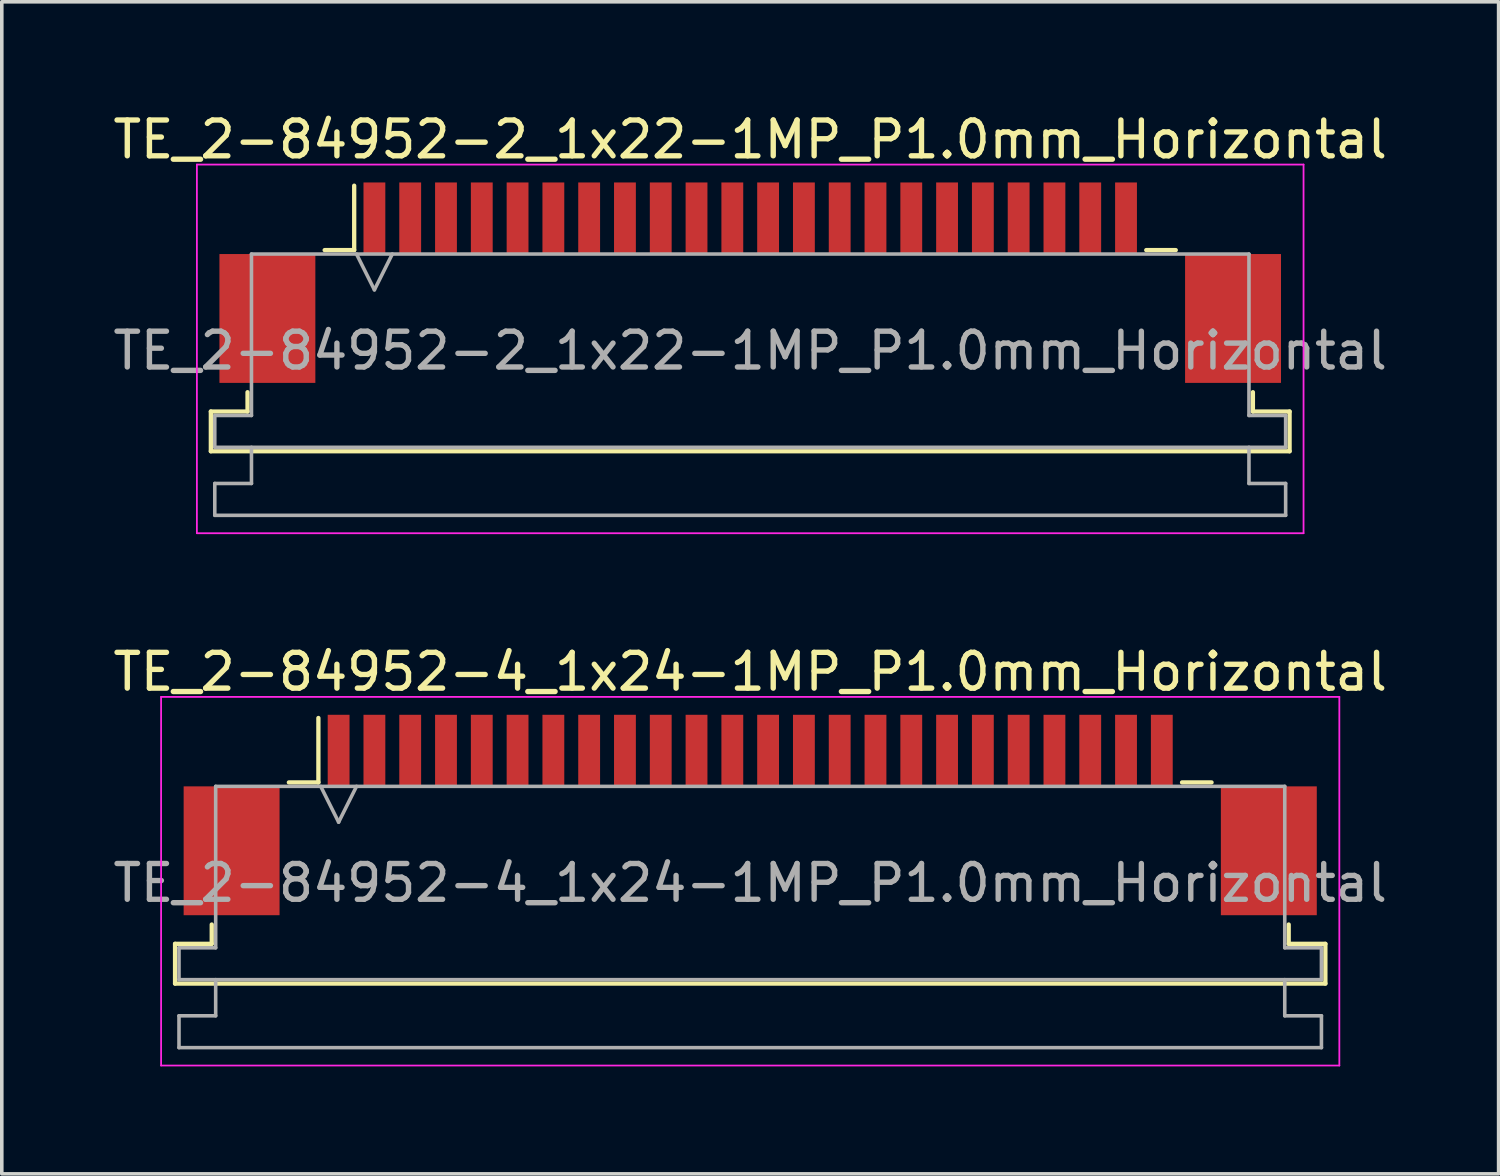
<source format=kicad_pcb>
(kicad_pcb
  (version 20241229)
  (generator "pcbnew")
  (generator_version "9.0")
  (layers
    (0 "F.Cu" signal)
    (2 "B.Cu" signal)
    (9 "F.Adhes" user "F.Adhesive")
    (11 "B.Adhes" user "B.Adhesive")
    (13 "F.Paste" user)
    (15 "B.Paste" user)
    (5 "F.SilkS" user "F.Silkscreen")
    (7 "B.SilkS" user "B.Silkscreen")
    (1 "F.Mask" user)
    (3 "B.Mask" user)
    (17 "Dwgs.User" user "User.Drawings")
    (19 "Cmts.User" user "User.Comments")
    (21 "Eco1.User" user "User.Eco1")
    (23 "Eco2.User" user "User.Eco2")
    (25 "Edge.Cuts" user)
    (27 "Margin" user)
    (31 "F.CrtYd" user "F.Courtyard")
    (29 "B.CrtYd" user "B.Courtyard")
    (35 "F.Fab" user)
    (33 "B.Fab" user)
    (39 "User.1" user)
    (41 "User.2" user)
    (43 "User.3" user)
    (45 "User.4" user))
  (footprint "TE_2-84952-2_1x22-1MP_P1.0mm_Horizontal"
    (layer "F.Cu")
    (at 17.911 4.848)
    (property "Reference" "TE_2-84952-2_1x22-1MP_P1.0mm_Horizontal" (at 0 -4 0) (layer "F.SilkS") (effects (font (size 1 1) (thickness 0.15))))
    (attr smd)
    (fp_line (start -15.07 3.6) (end -14.045 3.6) (stroke (width 0.12) (type solid)) (layer "F.SilkS"))
    (fp_line (start -15.07 4.71) (end -15.07 3.6) (stroke (width 0.12) (type solid)) (layer "F.SilkS"))
    (fp_line (start -14.045 3.6) (end -14.045 3.06) (stroke (width 0.12) (type solid)) (layer "F.SilkS"))
    (fp_line (start -11.89 -0.91) (end -11.065 -0.91) (stroke (width 0.12) (type solid)) (layer "F.SilkS"))
    (fp_line (start -11.065 -0.91) (end -11.065 -2.71) (stroke (width 0.12) (type solid)) (layer "F.SilkS"))
    (fp_line (start 11.065 -0.91) (end 11.89 -0.91) (stroke (width 0.12) (type solid)) (layer "F.SilkS"))
    (fp_line (start 14.045 3.06) (end 14.045 3.6) (stroke (width 0.12) (type solid)) (layer "F.SilkS"))
    (fp_line (start 14.045 3.6) (end 15.07 3.6) (stroke (width 0.12) (type solid)) (layer "F.SilkS"))
    (fp_line (start 15.07 3.6) (end 15.07 4.71) (stroke (width 0.12) (type solid)) (layer "F.SilkS"))
    (fp_line (start 15.07 4.71) (end -15.07 4.71) (stroke (width 0.12) (type solid)) (layer "F.SilkS"))
    (fp_line (start -15.46 -3.3) (end -15.46 7) (stroke (width 0.05) (type solid)) (layer "F.CrtYd"))
    (fp_line (start -15.46 7) (end 15.46 7) (stroke (width 0.05) (type solid)) (layer "F.CrtYd"))
    (fp_line (start 15.46 -3.3) (end -15.46 -3.3) (stroke (width 0.05) (type solid)) (layer "F.CrtYd"))
    (fp_line (start 15.46 7) (end 15.46 -3.3) (stroke (width 0.05) (type solid)) (layer "F.CrtYd"))
    (fp_line (start -14.96 3.71) (end -13.935 3.71) (stroke (width 0.1) (type solid)) (layer "F.Fab"))
    (fp_line (start -14.96 4.6) (end -14.96 3.71) (stroke (width 0.1) (type solid)) (layer "F.Fab"))
    (fp_line (start -14.96 5.61) (end -13.935 5.61) (stroke (width 0.1) (type solid)) (layer "F.Fab"))
    (fp_line (start -14.96 6.5) (end -14.96 5.61) (stroke (width 0.1) (type solid)) (layer "F.Fab"))
    (fp_line (start -13.935 -0.8) (end 13.935 -0.8) (stroke (width 0.1) (type solid)) (layer "F.Fab"))
    (fp_line (start -13.935 3.71) (end -13.935 -0.8) (stroke (width 0.1) (type solid)) (layer "F.Fab"))
    (fp_line (start -13.935 5.61) (end -13.935 4.6) (stroke (width 0.1) (type solid)) (layer "F.Fab"))
    (fp_line (start -11 -0.8) (end -10.5 0.2) (stroke (width 0.1) (type solid)) (layer "F.Fab"))
    (fp_line (start -10.5 0.2) (end -10 -0.8) (stroke (width 0.1) (type solid)) (layer "F.Fab"))
    (fp_line (start 13.935 -0.8) (end 13.935 3.71) (stroke (width 0.1) (type solid)) (layer "F.Fab"))
    (fp_line (start 13.935 3.71) (end 14.96 3.71) (stroke (width 0.1) (type solid)) (layer "F.Fab"))
    (fp_line (start 13.935 4.6) (end 13.935 5.61) (stroke (width 0.1) (type solid)) (layer "F.Fab"))
    (fp_line (start 13.935 5.61) (end 14.96 5.61) (stroke (width 0.1) (type solid)) (layer "F.Fab"))
    (fp_line (start 14.96 3.71) (end 14.96 4.6) (stroke (width 0.1) (type solid)) (layer "F.Fab"))
    (fp_line (start 14.96 4.6) (end -14.96 4.6) (stroke (width 0.1) (type solid)) (layer "F.Fab"))
    (fp_line (start 14.96 5.61) (end 14.96 6.5) (stroke (width 0.1) (type solid)) (layer "F.Fab"))
    (fp_line (start 14.96 6.5) (end -14.96 6.5) (stroke (width 0.1) (type solid)) (layer "F.Fab"))
    (fp_text user "${REFERENCE}" (at 0 1.9 0) (layer "F.Fab") (effects (font (size 1 1) (thickness 0.15))))
    (pad "1" smd rect (at -10.5 -1.8) (size 0.61 2) (layers "F.Cu" "F.Mask" "F.Paste"))
    (pad "2" smd rect (at -9.5 -1.8) (size 0.61 2) (layers "F.Cu" "F.Mask" "F.Paste"))
    (pad "3" smd rect (at -8.5 -1.8) (size 0.61 2) (layers "F.Cu" "F.Mask" "F.Paste"))
    (pad "4" smd rect (at -7.5 -1.8) (size 0.61 2) (layers "F.Cu" "F.Mask" "F.Paste"))
    (pad "5" smd rect (at -6.5 -1.8) (size 0.61 2) (layers "F.Cu" "F.Mask" "F.Paste"))
    (pad "6" smd rect (at -5.5 -1.8) (size 0.61 2) (layers "F.Cu" "F.Mask" "F.Paste"))
    (pad "7" smd rect (at -4.5 -1.8) (size 0.61 2) (layers "F.Cu" "F.Mask" "F.Paste"))
    (pad "8" smd rect (at -3.5 -1.8) (size 0.61 2) (layers "F.Cu" "F.Mask" "F.Paste"))
    (pad "9" smd rect (at -2.5 -1.8) (size 0.61 2) (layers "F.Cu" "F.Mask" "F.Paste"))
    (pad "10" smd rect (at -1.5 -1.8) (size 0.61 2) (layers "F.Cu" "F.Mask" "F.Paste"))
    (pad "11" smd rect (at -0.5 -1.8) (size 0.61 2) (layers "F.Cu" "F.Mask" "F.Paste"))
    (pad "12" smd rect (at 0.5 -1.8) (size 0.61 2) (layers "F.Cu" "F.Mask" "F.Paste"))
    (pad "13" smd rect (at 1.5 -1.8) (size 0.61 2) (layers "F.Cu" "F.Mask" "F.Paste"))
    (pad "14" smd rect (at 2.5 -1.8) (size 0.61 2) (layers "F.Cu" "F.Mask" "F.Paste"))
    (pad "15" smd rect (at 3.5 -1.8) (size 0.61 2) (layers "F.Cu" "F.Mask" "F.Paste"))
    (pad "16" smd rect (at 4.5 -1.8) (size 0.61 2) (layers "F.Cu" "F.Mask" "F.Paste"))
    (pad "17" smd rect (at 5.5 -1.8) (size 0.61 2) (layers "F.Cu" "F.Mask" "F.Paste"))
    (pad "18" smd rect (at 6.5 -1.8) (size 0.61 2) (layers "F.Cu" "F.Mask" "F.Paste"))
    (pad "19" smd rect (at 7.5 -1.8) (size 0.61 2) (layers "F.Cu" "F.Mask" "F.Paste"))
    (pad "20" smd rect (at 8.5 -1.8) (size 0.61 2) (layers "F.Cu" "F.Mask" "F.Paste"))
    (pad "21" smd rect (at 9.5 -1.8) (size 0.61 2) (layers "F.Cu" "F.Mask" "F.Paste"))
    (pad "22" smd rect (at 10.5 -1.8) (size 0.61 2) (layers "F.Cu" "F.Mask" "F.Paste"))
    (pad "MP" smd rect (at -13.49 1) (size 2.68 3.6) (layers "F.Cu" "F.Mask" "F.Paste"))
    (pad "MP" smd rect (at 13.49 1) (size 2.68 3.6) (layers "F.Cu" "F.Mask" "F.Paste")))
  (footprint "TE_2-84952-4_1x24-1MP_P1.0mm_Horizontal"
    (layer "F.Cu")
    (at 17.911 19.721)
    (property "Reference" "TE_2-84952-4_1x24-1MP_P1.0mm_Horizontal" (at 0 -4 0) (layer "F.SilkS") (effects (font (size 1 1) (thickness 0.15))))
    (attr smd)
    (fp_line (start -16.07 3.6) (end -15.045 3.6) (stroke (width 0.12) (type solid)) (layer "F.SilkS"))
    (fp_line (start -16.07 4.71) (end -16.07 3.6) (stroke (width 0.12) (type solid)) (layer "F.SilkS"))
    (fp_line (start -15.045 3.6) (end -15.045 3.06) (stroke (width 0.12) (type solid)) (layer "F.SilkS"))
    (fp_line (start -12.89 -0.91) (end -12.065 -0.91) (stroke (width 0.12) (type solid)) (layer "F.SilkS"))
    (fp_line (start -12.065 -0.91) (end -12.065 -2.71) (stroke (width 0.12) (type solid)) (layer "F.SilkS"))
    (fp_line (start 12.065 -0.91) (end 12.89 -0.91) (stroke (width 0.12) (type solid)) (layer "F.SilkS"))
    (fp_line (start 15.045 3.06) (end 15.045 3.6) (stroke (width 0.12) (type solid)) (layer "F.SilkS"))
    (fp_line (start 15.045 3.6) (end 16.07 3.6) (stroke (width 0.12) (type solid)) (layer "F.SilkS"))
    (fp_line (start 16.07 3.6) (end 16.07 4.71) (stroke (width 0.12) (type solid)) (layer "F.SilkS"))
    (fp_line (start 16.07 4.71) (end -16.07 4.71) (stroke (width 0.12) (type solid)) (layer "F.SilkS"))
    (fp_line (start -16.46 -3.3) (end -16.46 7) (stroke (width 0.05) (type solid)) (layer "F.CrtYd"))
    (fp_line (start -16.46 7) (end 16.46 7) (stroke (width 0.05) (type solid)) (layer "F.CrtYd"))
    (fp_line (start 16.46 -3.3) (end -16.46 -3.3) (stroke (width 0.05) (type solid)) (layer "F.CrtYd"))
    (fp_line (start 16.46 7) (end 16.46 -3.3) (stroke (width 0.05) (type solid)) (layer "F.CrtYd"))
    (fp_line (start -15.96 3.71) (end -14.935 3.71) (stroke (width 0.1) (type solid)) (layer "F.Fab"))
    (fp_line (start -15.96 4.6) (end -15.96 3.71) (stroke (width 0.1) (type solid)) (layer "F.Fab"))
    (fp_line (start -15.96 5.61) (end -14.935 5.61) (stroke (width 0.1) (type solid)) (layer "F.Fab"))
    (fp_line (start -15.96 6.5) (end -15.96 5.61) (stroke (width 0.1) (type solid)) (layer "F.Fab"))
    (fp_line (start -14.935 -0.8) (end 14.935 -0.8) (stroke (width 0.1) (type solid)) (layer "F.Fab"))
    (fp_line (start -14.935 3.71) (end -14.935 -0.8) (stroke (width 0.1) (type solid)) (layer "F.Fab"))
    (fp_line (start -14.935 5.61) (end -14.935 4.6) (stroke (width 0.1) (type solid)) (layer "F.Fab"))
    (fp_line (start -12 -0.8) (end -11.5 0.2) (stroke (width 0.1) (type solid)) (layer "F.Fab"))
    (fp_line (start -11.5 0.2) (end -11 -0.8) (stroke (width 0.1) (type solid)) (layer "F.Fab"))
    (fp_line (start 14.935 -0.8) (end 14.935 3.71) (stroke (width 0.1) (type solid)) (layer "F.Fab"))
    (fp_line (start 14.935 3.71) (end 15.96 3.71) (stroke (width 0.1) (type solid)) (layer "F.Fab"))
    (fp_line (start 14.935 4.6) (end 14.935 5.61) (stroke (width 0.1) (type solid)) (layer "F.Fab"))
    (fp_line (start 14.935 5.61) (end 15.96 5.61) (stroke (width 0.1) (type solid)) (layer "F.Fab"))
    (fp_line (start 15.96 3.71) (end 15.96 4.6) (stroke (width 0.1) (type solid)) (layer "F.Fab"))
    (fp_line (start 15.96 4.6) (end -15.96 4.6) (stroke (width 0.1) (type solid)) (layer "F.Fab"))
    (fp_line (start 15.96 5.61) (end 15.96 6.5) (stroke (width 0.1) (type solid)) (layer "F.Fab"))
    (fp_line (start 15.96 6.5) (end -15.96 6.5) (stroke (width 0.1) (type solid)) (layer "F.Fab"))
    (fp_text user "${REFERENCE}" (at 0 1.9 0) (layer "F.Fab") (effects (font (size 1 1) (thickness 0.15))))
    (pad "1" smd rect (at -11.5 -1.8) (size 0.61 2) (layers "F.Cu" "F.Mask" "F.Paste"))
    (pad "2" smd rect (at -10.5 -1.8) (size 0.61 2) (layers "F.Cu" "F.Mask" "F.Paste"))
    (pad "3" smd rect (at -9.5 -1.8) (size 0.61 2) (layers "F.Cu" "F.Mask" "F.Paste"))
    (pad "4" smd rect (at -8.5 -1.8) (size 0.61 2) (layers "F.Cu" "F.Mask" "F.Paste"))
    (pad "5" smd rect (at -7.5 -1.8) (size 0.61 2) (layers "F.Cu" "F.Mask" "F.Paste"))
    (pad "6" smd rect (at -6.5 -1.8) (size 0.61 2) (layers "F.Cu" "F.Mask" "F.Paste"))
    (pad "7" smd rect (at -5.5 -1.8) (size 0.61 2) (layers "F.Cu" "F.Mask" "F.Paste"))
    (pad "8" smd rect (at -4.5 -1.8) (size 0.61 2) (layers "F.Cu" "F.Mask" "F.Paste"))
    (pad "9" smd rect (at -3.5 -1.8) (size 0.61 2) (layers "F.Cu" "F.Mask" "F.Paste"))
    (pad "10" smd rect (at -2.5 -1.8) (size 0.61 2) (layers "F.Cu" "F.Mask" "F.Paste"))
    (pad "11" smd rect (at -1.5 -1.8) (size 0.61 2) (layers "F.Cu" "F.Mask" "F.Paste"))
    (pad "12" smd rect (at -0.5 -1.8) (size 0.61 2) (layers "F.Cu" "F.Mask" "F.Paste"))
    (pad "13" smd rect (at 0.5 -1.8) (size 0.61 2) (layers "F.Cu" "F.Mask" "F.Paste"))
    (pad "14" smd rect (at 1.5 -1.8) (size 0.61 2) (layers "F.Cu" "F.Mask" "F.Paste"))
    (pad "15" smd rect (at 2.5 -1.8) (size 0.61 2) (layers "F.Cu" "F.Mask" "F.Paste"))
    (pad "16" smd rect (at 3.5 -1.8) (size 0.61 2) (layers "F.Cu" "F.Mask" "F.Paste"))
    (pad "17" smd rect (at 4.5 -1.8) (size 0.61 2) (layers "F.Cu" "F.Mask" "F.Paste"))
    (pad "18" smd rect (at 5.5 -1.8) (size 0.61 2) (layers "F.Cu" "F.Mask" "F.Paste"))
    (pad "19" smd rect (at 6.5 -1.8) (size 0.61 2) (layers "F.Cu" "F.Mask" "F.Paste"))
    (pad "20" smd rect (at 7.5 -1.8) (size 0.61 2) (layers "F.Cu" "F.Mask" "F.Paste"))
    (pad "21" smd rect (at 8.5 -1.8) (size 0.61 2) (layers "F.Cu" "F.Mask" "F.Paste"))
    (pad "22" smd rect (at 9.5 -1.8) (size 0.61 2) (layers "F.Cu" "F.Mask" "F.Paste"))
    (pad "23" smd rect (at 10.5 -1.8) (size 0.61 2) (layers "F.Cu" "F.Mask" "F.Paste"))
    (pad "24" smd rect (at 11.5 -1.8) (size 0.61 2) (layers "F.Cu" "F.Mask" "F.Paste"))
    (pad "MP" smd rect (at -14.49 1) (size 2.68 3.6) (layers "F.Cu" "F.Mask" "F.Paste"))
    (pad "MP" smd rect (at 14.49 1) (size 2.68 3.6) (layers "F.Cu" "F.Mask" "F.Paste")))
  (gr_rect
    (start -3 -3)
    (end 38.821 29.747)
    (stroke (width 0.1) (type default))
    (fill no)
    (layer "Edge.Cuts")))
</source>
